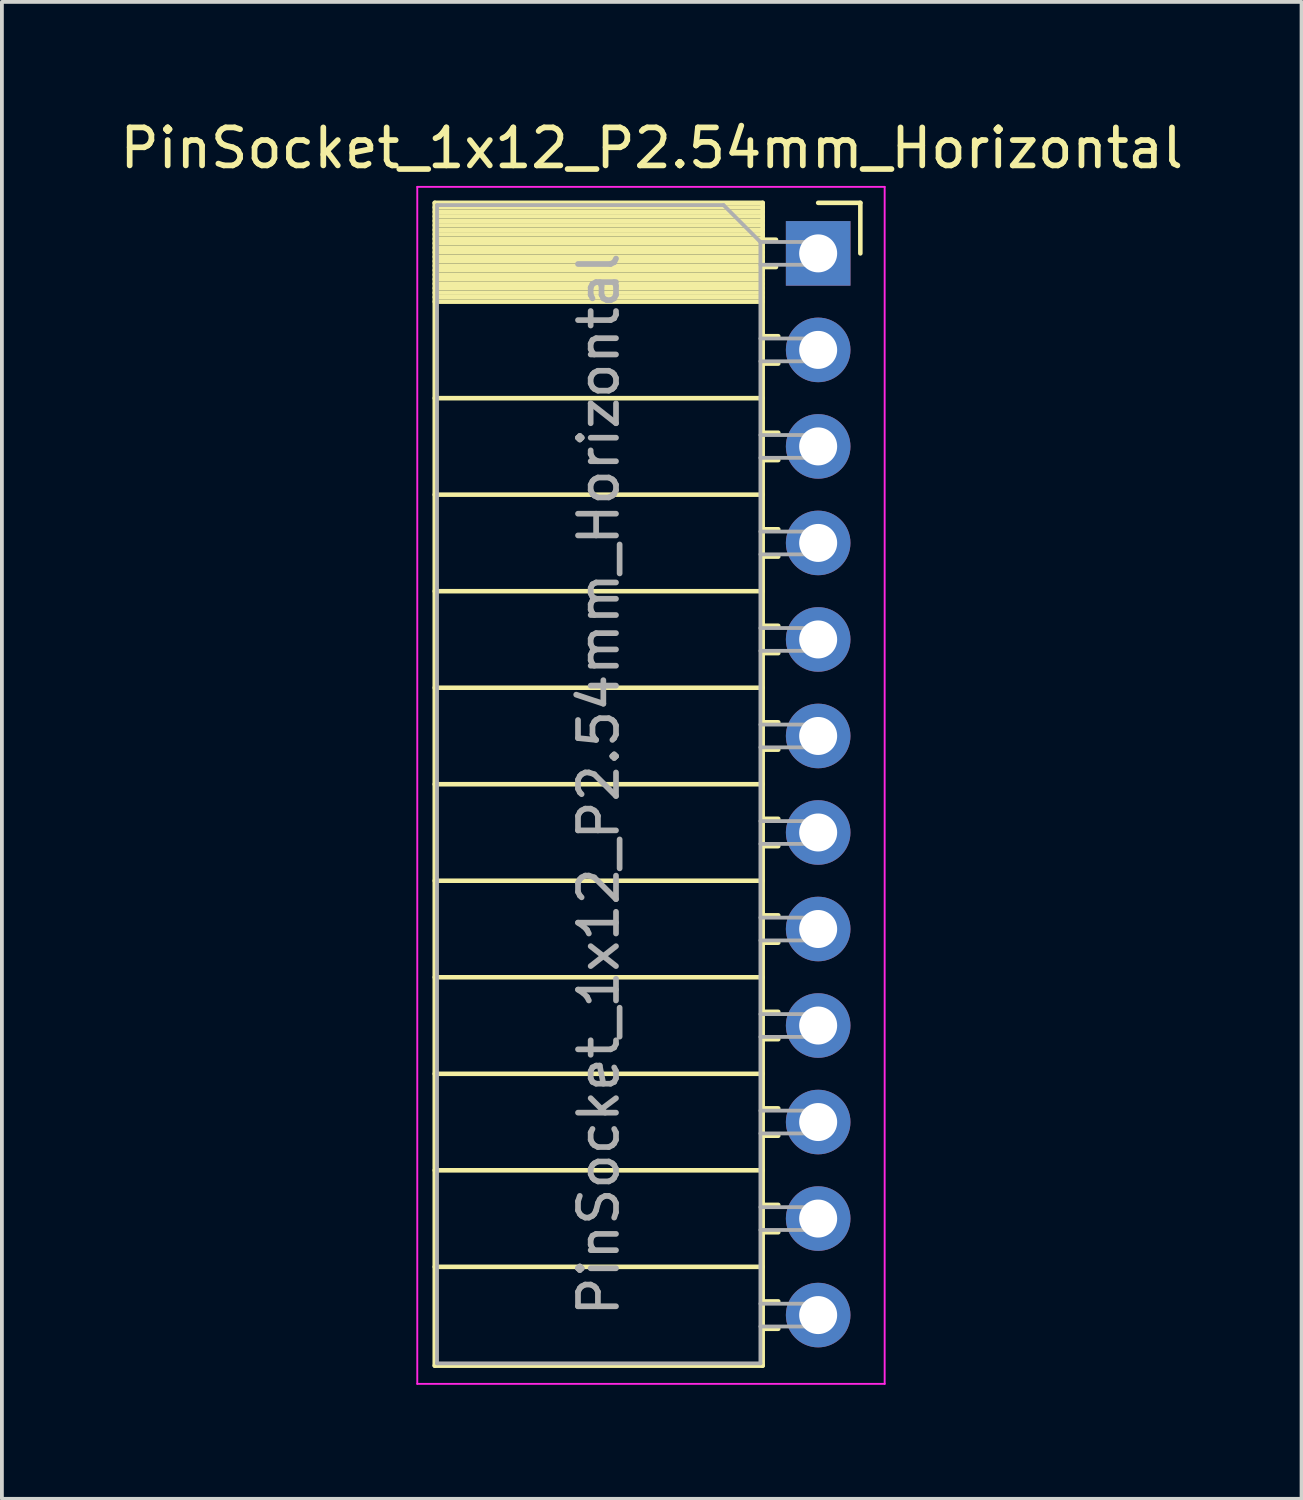
<source format=kicad_pcb>
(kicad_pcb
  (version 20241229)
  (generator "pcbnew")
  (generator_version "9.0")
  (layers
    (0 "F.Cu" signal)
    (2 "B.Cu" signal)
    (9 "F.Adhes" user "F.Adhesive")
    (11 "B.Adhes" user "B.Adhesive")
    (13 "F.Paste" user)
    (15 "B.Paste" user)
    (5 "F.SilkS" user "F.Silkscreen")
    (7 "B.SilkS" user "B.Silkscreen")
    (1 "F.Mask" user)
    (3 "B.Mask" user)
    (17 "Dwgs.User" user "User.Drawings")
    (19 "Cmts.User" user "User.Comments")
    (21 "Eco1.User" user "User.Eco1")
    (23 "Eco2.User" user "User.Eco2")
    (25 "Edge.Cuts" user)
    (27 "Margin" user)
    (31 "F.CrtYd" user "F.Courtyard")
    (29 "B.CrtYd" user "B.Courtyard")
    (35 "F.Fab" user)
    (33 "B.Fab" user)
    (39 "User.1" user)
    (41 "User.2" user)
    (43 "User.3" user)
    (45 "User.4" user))
  (footprint "PinSocket_1x12_P2.54mm_Horizontal"
    (layer "F.Cu")
    (at 18.481 3.618)
    (property "Reference" "PinSocket_1x12_P2.54mm_Horizontal" (at -4.38 -2.77 0) (layer "F.SilkS") (effects (font (size 1 1) (thickness 0.15))))
    (attr through_hole)
    (fp_line (start -10.09 -1.33) (end -10.09 29.27) (stroke (width 0.12) (type solid)) (layer "F.SilkS"))
    (fp_line (start -10.09 -1.33) (end -1.46 -1.33) (stroke (width 0.12) (type solid)) (layer "F.SilkS"))
    (fp_line (start -10.09 -1.21) (end -1.46 -1.21) (stroke (width 0.12) (type solid)) (layer "F.SilkS"))
    (fp_line (start -10.09 -1.092) (end -1.46 -1.092) (stroke (width 0.12) (type solid)) (layer "F.SilkS"))
    (fp_line (start -10.09 -0.974) (end -1.46 -0.974) (stroke (width 0.12) (type solid)) (layer "F.SilkS"))
    (fp_line (start -10.09 -0.856) (end -1.46 -0.856) (stroke (width 0.12) (type solid)) (layer "F.SilkS"))
    (fp_line (start -10.09 -0.738) (end -1.46 -0.738) (stroke (width 0.12) (type solid)) (layer "F.SilkS"))
    (fp_line (start -10.09 -0.62) (end -1.46 -0.62) (stroke (width 0.12) (type solid)) (layer "F.SilkS"))
    (fp_line (start -10.09 -0.501) (end -1.46 -0.501) (stroke (width 0.12) (type solid)) (layer "F.SilkS"))
    (fp_line (start -10.09 -0.383) (end -1.46 -0.383) (stroke (width 0.12) (type solid)) (layer "F.SilkS"))
    (fp_line (start -10.09 -0.265) (end -1.46 -0.265) (stroke (width 0.12) (type solid)) (layer "F.SilkS"))
    (fp_line (start -10.09 -0.147) (end -1.46 -0.147) (stroke (width 0.12) (type solid)) (layer "F.SilkS"))
    (fp_line (start -10.09 -0.029) (end -1.46 -0.029) (stroke (width 0.12) (type solid)) (layer "F.SilkS"))
    (fp_line (start -10.09 0.089) (end -1.46 0.089) (stroke (width 0.12) (type solid)) (layer "F.SilkS"))
    (fp_line (start -10.09 0.207) (end -1.46 0.207) (stroke (width 0.12) (type solid)) (layer "F.SilkS"))
    (fp_line (start -10.09 0.325) (end -1.46 0.325) (stroke (width 0.12) (type solid)) (layer "F.SilkS"))
    (fp_line (start -10.09 0.443) (end -1.46 0.443) (stroke (width 0.12) (type solid)) (layer "F.SilkS"))
    (fp_line (start -10.09 0.561) (end -1.46 0.561) (stroke (width 0.12) (type solid)) (layer "F.SilkS"))
    (fp_line (start -10.09 0.68) (end -1.46 0.68) (stroke (width 0.12) (type solid)) (layer "F.SilkS"))
    (fp_line (start -10.09 0.798) (end -1.46 0.798) (stroke (width 0.12) (type solid)) (layer "F.SilkS"))
    (fp_line (start -10.09 0.916) (end -1.46 0.916) (stroke (width 0.12) (type solid)) (layer "F.SilkS"))
    (fp_line (start -10.09 1.034) (end -1.46 1.034) (stroke (width 0.12) (type solid)) (layer "F.SilkS"))
    (fp_line (start -10.09 1.152) (end -1.46 1.152) (stroke (width 0.12) (type solid)) (layer "F.SilkS"))
    (fp_line (start -10.09 1.27) (end -1.46 1.27) (stroke (width 0.12) (type solid)) (layer "F.SilkS"))
    (fp_line (start -10.09 3.81) (end -1.46 3.81) (stroke (width 0.12) (type solid)) (layer "F.SilkS"))
    (fp_line (start -10.09 6.35) (end -1.46 6.35) (stroke (width 0.12) (type solid)) (layer "F.SilkS"))
    (fp_line (start -10.09 8.89) (end -1.46 8.89) (stroke (width 0.12) (type solid)) (layer "F.SilkS"))
    (fp_line (start -10.09 11.43) (end -1.46 11.43) (stroke (width 0.12) (type solid)) (layer "F.SilkS"))
    (fp_line (start -10.09 13.97) (end -1.46 13.97) (stroke (width 0.12) (type solid)) (layer "F.SilkS"))
    (fp_line (start -10.09 16.51) (end -1.46 16.51) (stroke (width 0.12) (type solid)) (layer "F.SilkS"))
    (fp_line (start -10.09 19.05) (end -1.46 19.05) (stroke (width 0.12) (type solid)) (layer "F.SilkS"))
    (fp_line (start -10.09 21.59) (end -1.46 21.59) (stroke (width 0.12) (type solid)) (layer "F.SilkS"))
    (fp_line (start -10.09 24.13) (end -1.46 24.13) (stroke (width 0.12) (type solid)) (layer "F.SilkS"))
    (fp_line (start -10.09 26.67) (end -1.46 26.67) (stroke (width 0.12) (type solid)) (layer "F.SilkS"))
    (fp_line (start -10.09 29.27) (end -1.46 29.27) (stroke (width 0.12) (type solid)) (layer "F.SilkS"))
    (fp_line (start -1.46 -1.33) (end -1.46 29.27) (stroke (width 0.12) (type solid)) (layer "F.SilkS"))
    (fp_line (start -1.46 -0.36) (end -1.11 -0.36) (stroke (width 0.12) (type solid)) (layer "F.SilkS"))
    (fp_line (start -1.46 0.36) (end -1.11 0.36) (stroke (width 0.12) (type solid)) (layer "F.SilkS"))
    (fp_line (start -1.46 2.18) (end -1.05 2.18) (stroke (width 0.12) (type solid)) (layer "F.SilkS"))
    (fp_line (start -1.46 2.9) (end -1.05 2.9) (stroke (width 0.12) (type solid)) (layer "F.SilkS"))
    (fp_line (start -1.46 4.72) (end -1.05 4.72) (stroke (width 0.12) (type solid)) (layer "F.SilkS"))
    (fp_line (start -1.46 5.44) (end -1.05 5.44) (stroke (width 0.12) (type solid)) (layer "F.SilkS"))
    (fp_line (start -1.46 7.26) (end -1.05 7.26) (stroke (width 0.12) (type solid)) (layer "F.SilkS"))
    (fp_line (start -1.46 7.98) (end -1.05 7.98) (stroke (width 0.12) (type solid)) (layer "F.SilkS"))
    (fp_line (start -1.46 9.8) (end -1.05 9.8) (stroke (width 0.12) (type solid)) (layer "F.SilkS"))
    (fp_line (start -1.46 10.52) (end -1.05 10.52) (stroke (width 0.12) (type solid)) (layer "F.SilkS"))
    (fp_line (start -1.46 12.34) (end -1.05 12.34) (stroke (width 0.12) (type solid)) (layer "F.SilkS"))
    (fp_line (start -1.46 13.06) (end -1.05 13.06) (stroke (width 0.12) (type solid)) (layer "F.SilkS"))
    (fp_line (start -1.46 14.88) (end -1.05 14.88) (stroke (width 0.12) (type solid)) (layer "F.SilkS"))
    (fp_line (start -1.46 15.6) (end -1.05 15.6) (stroke (width 0.12) (type solid)) (layer "F.SilkS"))
    (fp_line (start -1.46 17.42) (end -1.05 17.42) (stroke (width 0.12) (type solid)) (layer "F.SilkS"))
    (fp_line (start -1.46 18.14) (end -1.05 18.14) (stroke (width 0.12) (type solid)) (layer "F.SilkS"))
    (fp_line (start -1.46 19.96) (end -1.05 19.96) (stroke (width 0.12) (type solid)) (layer "F.SilkS"))
    (fp_line (start -1.46 20.68) (end -1.05 20.68) (stroke (width 0.12) (type solid)) (layer "F.SilkS"))
    (fp_line (start -1.46 22.5) (end -1.05 22.5) (stroke (width 0.12) (type solid)) (layer "F.SilkS"))
    (fp_line (start -1.46 23.22) (end -1.05 23.22) (stroke (width 0.12) (type solid)) (layer "F.SilkS"))
    (fp_line (start -1.46 25.04) (end -1.05 25.04) (stroke (width 0.12) (type solid)) (layer "F.SilkS"))
    (fp_line (start -1.46 25.76) (end -1.05 25.76) (stroke (width 0.12) (type solid)) (layer "F.SilkS"))
    (fp_line (start -1.46 27.58) (end -1.05 27.58) (stroke (width 0.12) (type solid)) (layer "F.SilkS"))
    (fp_line (start -1.46 28.3) (end -1.05 28.3) (stroke (width 0.12) (type solid)) (layer "F.SilkS"))
    (fp_line (start 0 -1.33) (end 1.11 -1.33) (stroke (width 0.12) (type solid)) (layer "F.SilkS"))
    (fp_line (start 1.11 -1.33) (end 1.11 0) (stroke (width 0.12) (type solid)) (layer "F.SilkS"))
    (fp_line (start -10.55 -1.75) (end -10.55 29.75) (stroke (width 0.05) (type solid)) (layer "F.CrtYd"))
    (fp_line (start -10.55 29.75) (end 1.75 29.75) (stroke (width 0.05) (type solid)) (layer "F.CrtYd"))
    (fp_line (start 1.75 -1.75) (end -10.55 -1.75) (stroke (width 0.05) (type solid)) (layer "F.CrtYd"))
    (fp_line (start 1.75 29.75) (end 1.75 -1.75) (stroke (width 0.05) (type solid)) (layer "F.CrtYd"))
    (fp_line (start -10.03 -1.27) (end -2.49 -1.27) (stroke (width 0.1) (type solid)) (layer "F.Fab"))
    (fp_line (start -10.03 29.21) (end -10.03 -1.27) (stroke (width 0.1) (type solid)) (layer "F.Fab"))
    (fp_line (start -2.49 -1.27) (end -1.52 -0.3) (stroke (width 0.1) (type solid)) (layer "F.Fab"))
    (fp_line (start -1.52 -0.3) (end -1.52 29.21) (stroke (width 0.1) (type solid)) (layer "F.Fab"))
    (fp_line (start -1.52 0.3) (end 0 0.3) (stroke (width 0.1) (type solid)) (layer "F.Fab"))
    (fp_line (start -1.52 2.84) (end 0 2.84) (stroke (width 0.1) (type solid)) (layer "F.Fab"))
    (fp_line (start -1.52 5.38) (end 0 5.38) (stroke (width 0.1) (type solid)) (layer "F.Fab"))
    (fp_line (start -1.52 7.92) (end 0 7.92) (stroke (width 0.1) (type solid)) (layer "F.Fab"))
    (fp_line (start -1.52 10.46) (end 0 10.46) (stroke (width 0.1) (type solid)) (layer "F.Fab"))
    (fp_line (start -1.52 13) (end 0 13) (stroke (width 0.1) (type solid)) (layer "F.Fab"))
    (fp_line (start -1.52 15.54) (end 0 15.54) (stroke (width 0.1) (type solid)) (layer "F.Fab"))
    (fp_line (start -1.52 18.08) (end 0 18.08) (stroke (width 0.1) (type solid)) (layer "F.Fab"))
    (fp_line (start -1.52 20.62) (end 0 20.62) (stroke (width 0.1) (type solid)) (layer "F.Fab"))
    (fp_line (start -1.52 23.16) (end 0 23.16) (stroke (width 0.1) (type solid)) (layer "F.Fab"))
    (fp_line (start -1.52 25.7) (end 0 25.7) (stroke (width 0.1) (type solid)) (layer "F.Fab"))
    (fp_line (start -1.52 28.24) (end 0 28.24) (stroke (width 0.1) (type solid)) (layer "F.Fab"))
    (fp_line (start -1.52 29.21) (end -10.03 29.21) (stroke (width 0.1) (type solid)) (layer "F.Fab"))
    (fp_line (start 0 -0.3) (end -1.52 -0.3) (stroke (width 0.1) (type solid)) (layer "F.Fab"))
    (fp_line (start 0 0.3) (end 0 -0.3) (stroke (width 0.1) (type solid)) (layer "F.Fab"))
    (fp_line (start 0 2.24) (end -1.52 2.24) (stroke (width 0.1) (type solid)) (layer "F.Fab"))
    (fp_line (start 0 2.84) (end 0 2.24) (stroke (width 0.1) (type solid)) (layer "F.Fab"))
    (fp_line (start 0 4.78) (end -1.52 4.78) (stroke (width 0.1) (type solid)) (layer "F.Fab"))
    (fp_line (start 0 5.38) (end 0 4.78) (stroke (width 0.1) (type solid)) (layer "F.Fab"))
    (fp_line (start 0 7.32) (end -1.52 7.32) (stroke (width 0.1) (type solid)) (layer "F.Fab"))
    (fp_line (start 0 7.92) (end 0 7.32) (stroke (width 0.1) (type solid)) (layer "F.Fab"))
    (fp_line (start 0 9.86) (end -1.52 9.86) (stroke (width 0.1) (type solid)) (layer "F.Fab"))
    (fp_line (start 0 10.46) (end 0 9.86) (stroke (width 0.1) (type solid)) (layer "F.Fab"))
    (fp_line (start 0 12.4) (end -1.52 12.4) (stroke (width 0.1) (type solid)) (layer "F.Fab"))
    (fp_line (start 0 13) (end 0 12.4) (stroke (width 0.1) (type solid)) (layer "F.Fab"))
    (fp_line (start 0 14.94) (end -1.52 14.94) (stroke (width 0.1) (type solid)) (layer "F.Fab"))
    (fp_line (start 0 15.54) (end 0 14.94) (stroke (width 0.1) (type solid)) (layer "F.Fab"))
    (fp_line (start 0 17.48) (end -1.52 17.48) (stroke (width 0.1) (type solid)) (layer "F.Fab"))
    (fp_line (start 0 18.08) (end 0 17.48) (stroke (width 0.1) (type solid)) (layer "F.Fab"))
    (fp_line (start 0 20.02) (end -1.52 20.02) (stroke (width 0.1) (type solid)) (layer "F.Fab"))
    (fp_line (start 0 20.62) (end 0 20.02) (stroke (width 0.1) (type solid)) (layer "F.Fab"))
    (fp_line (start 0 22.56) (end -1.52 22.56) (stroke (width 0.1) (type solid)) (layer "F.Fab"))
    (fp_line (start 0 23.16) (end 0 22.56) (stroke (width 0.1) (type solid)) (layer "F.Fab"))
    (fp_line (start 0 25.1) (end -1.52 25.1) (stroke (width 0.1) (type solid)) (layer "F.Fab"))
    (fp_line (start 0 25.7) (end 0 25.1) (stroke (width 0.1) (type solid)) (layer "F.Fab"))
    (fp_line (start 0 27.64) (end -1.52 27.64) (stroke (width 0.1) (type solid)) (layer "F.Fab"))
    (fp_line (start 0 28.24) (end 0 27.64) (stroke (width 0.1) (type solid)) (layer "F.Fab"))
    (fp_text user "${REFERENCE}" (at -5.775 13.97 90) (layer "F.Fab") (effects (font (size 1 1) (thickness 0.15))))
    (pad "1" thru_hole rect (at 0 0) (size 1.7 1.7) (drill 1) (layers "*.Cu" "*.Mask"))
    (pad "2" thru_hole oval (at 0 2.54) (size 1.7 1.7) (drill 1) (layers "*.Cu" "*.Mask"))
    (pad "3" thru_hole oval (at 0 5.08) (size 1.7 1.7) (drill 1) (layers "*.Cu" "*.Mask"))
    (pad "4" thru_hole oval (at 0 7.62) (size 1.7 1.7) (drill 1) (layers "*.Cu" "*.Mask"))
    (pad "5" thru_hole oval (at 0 10.16) (size 1.7 1.7) (drill 1) (layers "*.Cu" "*.Mask"))
    (pad "6" thru_hole oval (at 0 12.7) (size 1.7 1.7) (drill 1) (layers "*.Cu" "*.Mask"))
    (pad "7" thru_hole oval (at 0 15.24) (size 1.7 1.7) (drill 1) (layers "*.Cu" "*.Mask"))
    (pad "8" thru_hole oval (at 0 17.78) (size 1.7 1.7) (drill 1) (layers "*.Cu" "*.Mask"))
    (pad "9" thru_hole oval (at 0 20.32) (size 1.7 1.7) (drill 1) (layers "*.Cu" "*.Mask"))
    (pad "10" thru_hole oval (at 0 22.86) (size 1.7 1.7) (drill 1) (layers "*.Cu" "*.Mask"))
    (pad "11" thru_hole oval (at 0 25.4) (size 1.7 1.7) (drill 1) (layers "*.Cu" "*.Mask"))
    (pad "12" thru_hole oval (at 0 27.94) (size 1.7 1.7) (drill 1) (layers "*.Cu" "*.Mask")))
  (gr_rect
    (start -3 -3)
    (end 31.202 36.393)
    (stroke (width 0.1) (type default))
    (fill no)
    (layer "Edge.Cuts")))
</source>
